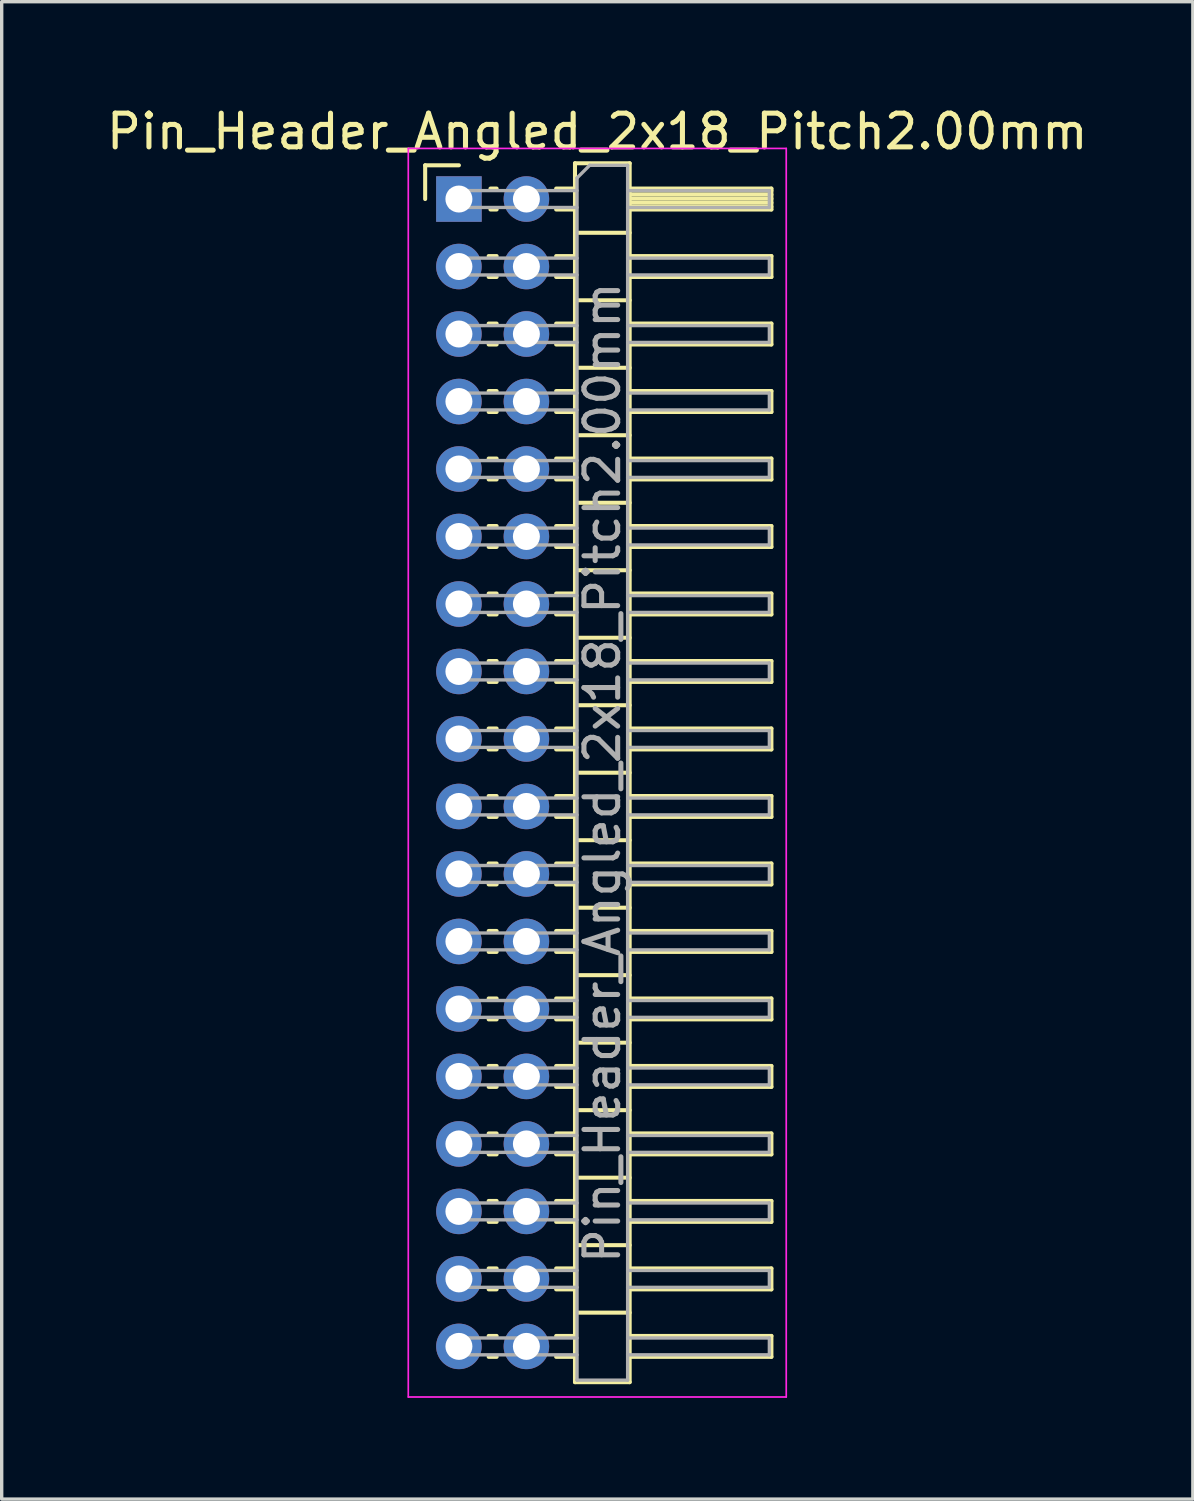
<source format=kicad_pcb>
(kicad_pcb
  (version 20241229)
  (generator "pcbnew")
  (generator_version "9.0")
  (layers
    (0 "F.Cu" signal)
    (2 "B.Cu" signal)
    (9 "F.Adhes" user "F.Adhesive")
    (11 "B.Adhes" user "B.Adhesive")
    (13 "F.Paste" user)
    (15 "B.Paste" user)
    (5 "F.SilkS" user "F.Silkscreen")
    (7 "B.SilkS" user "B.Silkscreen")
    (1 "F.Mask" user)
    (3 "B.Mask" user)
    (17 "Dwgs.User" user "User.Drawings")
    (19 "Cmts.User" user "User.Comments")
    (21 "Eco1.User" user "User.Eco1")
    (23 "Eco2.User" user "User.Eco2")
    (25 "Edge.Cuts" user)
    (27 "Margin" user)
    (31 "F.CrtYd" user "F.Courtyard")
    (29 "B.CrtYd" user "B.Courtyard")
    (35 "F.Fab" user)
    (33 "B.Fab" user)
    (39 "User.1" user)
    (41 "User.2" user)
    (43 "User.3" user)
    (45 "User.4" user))
  (footprint "Pin_Header_Angled_2x18_Pitch2.00mm"
    (layer "F.Cu")
    (at 10.549 2.848)
    (property "Reference" "Pin_Header_Angled_2x18_Pitch2.00mm" (at 4.1 -2 0) (layer "F.SilkS") (effects (font (size 1 1) (thickness 0.15))))
    (attr through_hole)
    (fp_line (start -1 -1) (end 0 -1) (stroke (width 0.12) (type solid)) (layer "F.SilkS"))
    (fp_line (start -1 0) (end -1 -1) (stroke (width 0.12) (type solid)) (layer "F.SilkS"))
    (fp_line (start 0.882 1.69) (end 1.118 1.69) (stroke (width 0.12) (type solid)) (layer "F.SilkS"))
    (fp_line (start 0.882 2.31) (end 1.118 2.31) (stroke (width 0.12) (type solid)) (layer "F.SilkS"))
    (fp_line (start 0.882 3.69) (end 1.118 3.69) (stroke (width 0.12) (type solid)) (layer "F.SilkS"))
    (fp_line (start 0.882 4.31) (end 1.118 4.31) (stroke (width 0.12) (type solid)) (layer "F.SilkS"))
    (fp_line (start 0.882 5.69) (end 1.118 5.69) (stroke (width 0.12) (type solid)) (layer "F.SilkS"))
    (fp_line (start 0.882 6.31) (end 1.118 6.31) (stroke (width 0.12) (type solid)) (layer "F.SilkS"))
    (fp_line (start 0.882 7.69) (end 1.118 7.69) (stroke (width 0.12) (type solid)) (layer "F.SilkS"))
    (fp_line (start 0.882 8.31) (end 1.118 8.31) (stroke (width 0.12) (type solid)) (layer "F.SilkS"))
    (fp_line (start 0.882 9.69) (end 1.118 9.69) (stroke (width 0.12) (type solid)) (layer "F.SilkS"))
    (fp_line (start 0.882 10.31) (end 1.118 10.31) (stroke (width 0.12) (type solid)) (layer "F.SilkS"))
    (fp_line (start 0.882 11.69) (end 1.118 11.69) (stroke (width 0.12) (type solid)) (layer "F.SilkS"))
    (fp_line (start 0.882 12.31) (end 1.118 12.31) (stroke (width 0.12) (type solid)) (layer "F.SilkS"))
    (fp_line (start 0.882 13.69) (end 1.118 13.69) (stroke (width 0.12) (type solid)) (layer "F.SilkS"))
    (fp_line (start 0.882 14.31) (end 1.118 14.31) (stroke (width 0.12) (type solid)) (layer "F.SilkS"))
    (fp_line (start 0.882 15.69) (end 1.118 15.69) (stroke (width 0.12) (type solid)) (layer "F.SilkS"))
    (fp_line (start 0.882 16.31) (end 1.118 16.31) (stroke (width 0.12) (type solid)) (layer "F.SilkS"))
    (fp_line (start 0.882 17.69) (end 1.118 17.69) (stroke (width 0.12) (type solid)) (layer "F.SilkS"))
    (fp_line (start 0.882 18.31) (end 1.118 18.31) (stroke (width 0.12) (type solid)) (layer "F.SilkS"))
    (fp_line (start 0.882 19.69) (end 1.118 19.69) (stroke (width 0.12) (type solid)) (layer "F.SilkS"))
    (fp_line (start 0.882 20.31) (end 1.118 20.31) (stroke (width 0.12) (type solid)) (layer "F.SilkS"))
    (fp_line (start 0.882 21.69) (end 1.118 21.69) (stroke (width 0.12) (type solid)) (layer "F.SilkS"))
    (fp_line (start 0.882 22.31) (end 1.118 22.31) (stroke (width 0.12) (type solid)) (layer "F.SilkS"))
    (fp_line (start 0.882 23.69) (end 1.118 23.69) (stroke (width 0.12) (type solid)) (layer "F.SilkS"))
    (fp_line (start 0.882 24.31) (end 1.118 24.31) (stroke (width 0.12) (type solid)) (layer "F.SilkS"))
    (fp_line (start 0.882 25.69) (end 1.118 25.69) (stroke (width 0.12) (type solid)) (layer "F.SilkS"))
    (fp_line (start 0.882 26.31) (end 1.118 26.31) (stroke (width 0.12) (type solid)) (layer "F.SilkS"))
    (fp_line (start 0.882 27.69) (end 1.118 27.69) (stroke (width 0.12) (type solid)) (layer "F.SilkS"))
    (fp_line (start 0.882 28.31) (end 1.118 28.31) (stroke (width 0.12) (type solid)) (layer "F.SilkS"))
    (fp_line (start 0.882 29.69) (end 1.118 29.69) (stroke (width 0.12) (type solid)) (layer "F.SilkS"))
    (fp_line (start 0.882 30.31) (end 1.118 30.31) (stroke (width 0.12) (type solid)) (layer "F.SilkS"))
    (fp_line (start 0.882 31.69) (end 1.118 31.69) (stroke (width 0.12) (type solid)) (layer "F.SilkS"))
    (fp_line (start 0.882 32.31) (end 1.118 32.31) (stroke (width 0.12) (type solid)) (layer "F.SilkS"))
    (fp_line (start 0.882 33.69) (end 1.118 33.69) (stroke (width 0.12) (type solid)) (layer "F.SilkS"))
    (fp_line (start 0.882 34.31) (end 1.118 34.31) (stroke (width 0.12) (type solid)) (layer "F.SilkS"))
    (fp_line (start 0.935 -0.31) (end 1.118 -0.31) (stroke (width 0.12) (type solid)) (layer "F.SilkS"))
    (fp_line (start 0.935 0.31) (end 1.118 0.31) (stroke (width 0.12) (type solid)) (layer "F.SilkS"))
    (fp_line (start 2.882 -0.31) (end 3.44 -0.31) (stroke (width 0.12) (type solid)) (layer "F.SilkS"))
    (fp_line (start 2.882 0.31) (end 3.44 0.31) (stroke (width 0.12) (type solid)) (layer "F.SilkS"))
    (fp_line (start 2.882 1.69) (end 3.44 1.69) (stroke (width 0.12) (type solid)) (layer "F.SilkS"))
    (fp_line (start 2.882 2.31) (end 3.44 2.31) (stroke (width 0.12) (type solid)) (layer "F.SilkS"))
    (fp_line (start 2.882 3.69) (end 3.44 3.69) (stroke (width 0.12) (type solid)) (layer "F.SilkS"))
    (fp_line (start 2.882 4.31) (end 3.44 4.31) (stroke (width 0.12) (type solid)) (layer "F.SilkS"))
    (fp_line (start 2.882 5.69) (end 3.44 5.69) (stroke (width 0.12) (type solid)) (layer "F.SilkS"))
    (fp_line (start 2.882 6.31) (end 3.44 6.31) (stroke (width 0.12) (type solid)) (layer "F.SilkS"))
    (fp_line (start 2.882 7.69) (end 3.44 7.69) (stroke (width 0.12) (type solid)) (layer "F.SilkS"))
    (fp_line (start 2.882 8.31) (end 3.44 8.31) (stroke (width 0.12) (type solid)) (layer "F.SilkS"))
    (fp_line (start 2.882 9.69) (end 3.44 9.69) (stroke (width 0.12) (type solid)) (layer "F.SilkS"))
    (fp_line (start 2.882 10.31) (end 3.44 10.31) (stroke (width 0.12) (type solid)) (layer "F.SilkS"))
    (fp_line (start 2.882 11.69) (end 3.44 11.69) (stroke (width 0.12) (type solid)) (layer "F.SilkS"))
    (fp_line (start 2.882 12.31) (end 3.44 12.31) (stroke (width 0.12) (type solid)) (layer "F.SilkS"))
    (fp_line (start 2.882 13.69) (end 3.44 13.69) (stroke (width 0.12) (type solid)) (layer "F.SilkS"))
    (fp_line (start 2.882 14.31) (end 3.44 14.31) (stroke (width 0.12) (type solid)) (layer "F.SilkS"))
    (fp_line (start 2.882 15.69) (end 3.44 15.69) (stroke (width 0.12) (type solid)) (layer "F.SilkS"))
    (fp_line (start 2.882 16.31) (end 3.44 16.31) (stroke (width 0.12) (type solid)) (layer "F.SilkS"))
    (fp_line (start 2.882 17.69) (end 3.44 17.69) (stroke (width 0.12) (type solid)) (layer "F.SilkS"))
    (fp_line (start 2.882 18.31) (end 3.44 18.31) (stroke (width 0.12) (type solid)) (layer "F.SilkS"))
    (fp_line (start 2.882 19.69) (end 3.44 19.69) (stroke (width 0.12) (type solid)) (layer "F.SilkS"))
    (fp_line (start 2.882 20.31) (end 3.44 20.31) (stroke (width 0.12) (type solid)) (layer "F.SilkS"))
    (fp_line (start 2.882 21.69) (end 3.44 21.69) (stroke (width 0.12) (type solid)) (layer "F.SilkS"))
    (fp_line (start 2.882 22.31) (end 3.44 22.31) (stroke (width 0.12) (type solid)) (layer "F.SilkS"))
    (fp_line (start 2.882 23.69) (end 3.44 23.69) (stroke (width 0.12) (type solid)) (layer "F.SilkS"))
    (fp_line (start 2.882 24.31) (end 3.44 24.31) (stroke (width 0.12) (type solid)) (layer "F.SilkS"))
    (fp_line (start 2.882 25.69) (end 3.44 25.69) (stroke (width 0.12) (type solid)) (layer "F.SilkS"))
    (fp_line (start 2.882 26.31) (end 3.44 26.31) (stroke (width 0.12) (type solid)) (layer "F.SilkS"))
    (fp_line (start 2.882 27.69) (end 3.44 27.69) (stroke (width 0.12) (type solid)) (layer "F.SilkS"))
    (fp_line (start 2.882 28.31) (end 3.44 28.31) (stroke (width 0.12) (type solid)) (layer "F.SilkS"))
    (fp_line (start 2.882 29.69) (end 3.44 29.69) (stroke (width 0.12) (type solid)) (layer "F.SilkS"))
    (fp_line (start 2.882 30.31) (end 3.44 30.31) (stroke (width 0.12) (type solid)) (layer "F.SilkS"))
    (fp_line (start 2.882 31.69) (end 3.44 31.69) (stroke (width 0.12) (type solid)) (layer "F.SilkS"))
    (fp_line (start 2.882 32.31) (end 3.44 32.31) (stroke (width 0.12) (type solid)) (layer "F.SilkS"))
    (fp_line (start 2.882 33.69) (end 3.44 33.69) (stroke (width 0.12) (type solid)) (layer "F.SilkS"))
    (fp_line (start 2.882 34.31) (end 3.44 34.31) (stroke (width 0.12) (type solid)) (layer "F.SilkS"))
    (fp_line (start 3.44 -1.06) (end 3.44 35.06) (stroke (width 0.12) (type solid)) (layer "F.SilkS"))
    (fp_line (start 3.44 1) (end 5.06 1) (stroke (width 0.12) (type solid)) (layer "F.SilkS"))
    (fp_line (start 3.44 3) (end 5.06 3) (stroke (width 0.12) (type solid)) (layer "F.SilkS"))
    (fp_line (start 3.44 5) (end 5.06 5) (stroke (width 0.12) (type solid)) (layer "F.SilkS"))
    (fp_line (start 3.44 7) (end 5.06 7) (stroke (width 0.12) (type solid)) (layer "F.SilkS"))
    (fp_line (start 3.44 9) (end 5.06 9) (stroke (width 0.12) (type solid)) (layer "F.SilkS"))
    (fp_line (start 3.44 11) (end 5.06 11) (stroke (width 0.12) (type solid)) (layer "F.SilkS"))
    (fp_line (start 3.44 13) (end 5.06 13) (stroke (width 0.12) (type solid)) (layer "F.SilkS"))
    (fp_line (start 3.44 15) (end 5.06 15) (stroke (width 0.12) (type solid)) (layer "F.SilkS"))
    (fp_line (start 3.44 17) (end 5.06 17) (stroke (width 0.12) (type solid)) (layer "F.SilkS"))
    (fp_line (start 3.44 19) (end 5.06 19) (stroke (width 0.12) (type solid)) (layer "F.SilkS"))
    (fp_line (start 3.44 21) (end 5.06 21) (stroke (width 0.12) (type solid)) (layer "F.SilkS"))
    (fp_line (start 3.44 23) (end 5.06 23) (stroke (width 0.12) (type solid)) (layer "F.SilkS"))
    (fp_line (start 3.44 25) (end 5.06 25) (stroke (width 0.12) (type solid)) (layer "F.SilkS"))
    (fp_line (start 3.44 27) (end 5.06 27) (stroke (width 0.12) (type solid)) (layer "F.SilkS"))
    (fp_line (start 3.44 29) (end 5.06 29) (stroke (width 0.12) (type solid)) (layer "F.SilkS"))
    (fp_line (start 3.44 31) (end 5.06 31) (stroke (width 0.12) (type solid)) (layer "F.SilkS"))
    (fp_line (start 3.44 33) (end 5.06 33) (stroke (width 0.12) (type solid)) (layer "F.SilkS"))
    (fp_line (start 3.44 35.06) (end 5.06 35.06) (stroke (width 0.12) (type solid)) (layer "F.SilkS"))
    (fp_line (start 5.06 -1.06) (end 3.44 -1.06) (stroke (width 0.12) (type solid)) (layer "F.SilkS"))
    (fp_line (start 5.06 -0.31) (end 9.26 -0.31) (stroke (width 0.12) (type solid)) (layer "F.SilkS"))
    (fp_line (start 5.06 -0.25) (end 9.26 -0.25) (stroke (width 0.12) (type solid)) (layer "F.SilkS"))
    (fp_line (start 5.06 -0.13) (end 9.26 -0.13) (stroke (width 0.12) (type solid)) (layer "F.SilkS"))
    (fp_line (start 5.06 -0.01) (end 9.26 -0.01) (stroke (width 0.12) (type solid)) (layer "F.SilkS"))
    (fp_line (start 5.06 0.11) (end 9.26 0.11) (stroke (width 0.12) (type solid)) (layer "F.SilkS"))
    (fp_line (start 5.06 0.23) (end 9.26 0.23) (stroke (width 0.12) (type solid)) (layer "F.SilkS"))
    (fp_line (start 5.06 1.69) (end 9.26 1.69) (stroke (width 0.12) (type solid)) (layer "F.SilkS"))
    (fp_line (start 5.06 3.69) (end 9.26 3.69) (stroke (width 0.12) (type solid)) (layer "F.SilkS"))
    (fp_line (start 5.06 5.69) (end 9.26 5.69) (stroke (width 0.12) (type solid)) (layer "F.SilkS"))
    (fp_line (start 5.06 7.69) (end 9.26 7.69) (stroke (width 0.12) (type solid)) (layer "F.SilkS"))
    (fp_line (start 5.06 9.69) (end 9.26 9.69) (stroke (width 0.12) (type solid)) (layer "F.SilkS"))
    (fp_line (start 5.06 11.69) (end 9.26 11.69) (stroke (width 0.12) (type solid)) (layer "F.SilkS"))
    (fp_line (start 5.06 13.69) (end 9.26 13.69) (stroke (width 0.12) (type solid)) (layer "F.SilkS"))
    (fp_line (start 5.06 15.69) (end 9.26 15.69) (stroke (width 0.12) (type solid)) (layer "F.SilkS"))
    (fp_line (start 5.06 17.69) (end 9.26 17.69) (stroke (width 0.12) (type solid)) (layer "F.SilkS"))
    (fp_line (start 5.06 19.69) (end 9.26 19.69) (stroke (width 0.12) (type solid)) (layer "F.SilkS"))
    (fp_line (start 5.06 21.69) (end 9.26 21.69) (stroke (width 0.12) (type solid)) (layer "F.SilkS"))
    (fp_line (start 5.06 23.69) (end 9.26 23.69) (stroke (width 0.12) (type solid)) (layer "F.SilkS"))
    (fp_line (start 5.06 25.69) (end 9.26 25.69) (stroke (width 0.12) (type solid)) (layer "F.SilkS"))
    (fp_line (start 5.06 27.69) (end 9.26 27.69) (stroke (width 0.12) (type solid)) (layer "F.SilkS"))
    (fp_line (start 5.06 29.69) (end 9.26 29.69) (stroke (width 0.12) (type solid)) (layer "F.SilkS"))
    (fp_line (start 5.06 31.69) (end 9.26 31.69) (stroke (width 0.12) (type solid)) (layer "F.SilkS"))
    (fp_line (start 5.06 33.69) (end 9.26 33.69) (stroke (width 0.12) (type solid)) (layer "F.SilkS"))
    (fp_line (start 5.06 35.06) (end 5.06 -1.06) (stroke (width 0.12) (type solid)) (layer "F.SilkS"))
    (fp_line (start 9.26 -0.31) (end 9.26 0.31) (stroke (width 0.12) (type solid)) (layer "F.SilkS"))
    (fp_line (start 9.26 0.31) (end 5.06 0.31) (stroke (width 0.12) (type solid)) (layer "F.SilkS"))
    (fp_line (start 9.26 1.69) (end 9.26 2.31) (stroke (width 0.12) (type solid)) (layer "F.SilkS"))
    (fp_line (start 9.26 2.31) (end 5.06 2.31) (stroke (width 0.12) (type solid)) (layer "F.SilkS"))
    (fp_line (start 9.26 3.69) (end 9.26 4.31) (stroke (width 0.12) (type solid)) (layer "F.SilkS"))
    (fp_line (start 9.26 4.31) (end 5.06 4.31) (stroke (width 0.12) (type solid)) (layer "F.SilkS"))
    (fp_line (start 9.26 5.69) (end 9.26 6.31) (stroke (width 0.12) (type solid)) (layer "F.SilkS"))
    (fp_line (start 9.26 6.31) (end 5.06 6.31) (stroke (width 0.12) (type solid)) (layer "F.SilkS"))
    (fp_line (start 9.26 7.69) (end 9.26 8.31) (stroke (width 0.12) (type solid)) (layer "F.SilkS"))
    (fp_line (start 9.26 8.31) (end 5.06 8.31) (stroke (width 0.12) (type solid)) (layer "F.SilkS"))
    (fp_line (start 9.26 9.69) (end 9.26 10.31) (stroke (width 0.12) (type solid)) (layer "F.SilkS"))
    (fp_line (start 9.26 10.31) (end 5.06 10.31) (stroke (width 0.12) (type solid)) (layer "F.SilkS"))
    (fp_line (start 9.26 11.69) (end 9.26 12.31) (stroke (width 0.12) (type solid)) (layer "F.SilkS"))
    (fp_line (start 9.26 12.31) (end 5.06 12.31) (stroke (width 0.12) (type solid)) (layer "F.SilkS"))
    (fp_line (start 9.26 13.69) (end 9.26 14.31) (stroke (width 0.12) (type solid)) (layer "F.SilkS"))
    (fp_line (start 9.26 14.31) (end 5.06 14.31) (stroke (width 0.12) (type solid)) (layer "F.SilkS"))
    (fp_line (start 9.26 15.69) (end 9.26 16.31) (stroke (width 0.12) (type solid)) (layer "F.SilkS"))
    (fp_line (start 9.26 16.31) (end 5.06 16.31) (stroke (width 0.12) (type solid)) (layer "F.SilkS"))
    (fp_line (start 9.26 17.69) (end 9.26 18.31) (stroke (width 0.12) (type solid)) (layer "F.SilkS"))
    (fp_line (start 9.26 18.31) (end 5.06 18.31) (stroke (width 0.12) (type solid)) (layer "F.SilkS"))
    (fp_line (start 9.26 19.69) (end 9.26 20.31) (stroke (width 0.12) (type solid)) (layer "F.SilkS"))
    (fp_line (start 9.26 20.31) (end 5.06 20.31) (stroke (width 0.12) (type solid)) (layer "F.SilkS"))
    (fp_line (start 9.26 21.69) (end 9.26 22.31) (stroke (width 0.12) (type solid)) (layer "F.SilkS"))
    (fp_line (start 9.26 22.31) (end 5.06 22.31) (stroke (width 0.12) (type solid)) (layer "F.SilkS"))
    (fp_line (start 9.26 23.69) (end 9.26 24.31) (stroke (width 0.12) (type solid)) (layer "F.SilkS"))
    (fp_line (start 9.26 24.31) (end 5.06 24.31) (stroke (width 0.12) (type solid)) (layer "F.SilkS"))
    (fp_line (start 9.26 25.69) (end 9.26 26.31) (stroke (width 0.12) (type solid)) (layer "F.SilkS"))
    (fp_line (start 9.26 26.31) (end 5.06 26.31) (stroke (width 0.12) (type solid)) (layer "F.SilkS"))
    (fp_line (start 9.26 27.69) (end 9.26 28.31) (stroke (width 0.12) (type solid)) (layer "F.SilkS"))
    (fp_line (start 9.26 28.31) (end 5.06 28.31) (stroke (width 0.12) (type solid)) (layer "F.SilkS"))
    (fp_line (start 9.26 29.69) (end 9.26 30.31) (stroke (width 0.12) (type solid)) (layer "F.SilkS"))
    (fp_line (start 9.26 30.31) (end 5.06 30.31) (stroke (width 0.12) (type solid)) (layer "F.SilkS"))
    (fp_line (start 9.26 31.69) (end 9.26 32.31) (stroke (width 0.12) (type solid)) (layer "F.SilkS"))
    (fp_line (start 9.26 32.31) (end 5.06 32.31) (stroke (width 0.12) (type solid)) (layer "F.SilkS"))
    (fp_line (start 9.26 33.69) (end 9.26 34.31) (stroke (width 0.12) (type solid)) (layer "F.SilkS"))
    (fp_line (start 9.26 34.31) (end 5.06 34.31) (stroke (width 0.12) (type solid)) (layer "F.SilkS"))
    (fp_line (start -1.5 -1.5) (end -1.5 35.5) (stroke (width 0.05) (type solid)) (layer "F.CrtYd"))
    (fp_line (start -1.5 35.5) (end 9.7 35.5) (stroke (width 0.05) (type solid)) (layer "F.CrtYd"))
    (fp_line (start 9.7 -1.5) (end -1.5 -1.5) (stroke (width 0.05) (type solid)) (layer "F.CrtYd"))
    (fp_line (start 9.7 35.5) (end 9.7 -1.5) (stroke (width 0.05) (type solid)) (layer "F.CrtYd"))
    (fp_line (start -0.25 -0.25) (end -0.25 0.25) (stroke (width 0.1) (type solid)) (layer "F.Fab"))
    (fp_line (start -0.25 -0.25) (end 3.5 -0.25) (stroke (width 0.1) (type solid)) (layer "F.Fab"))
    (fp_line (start -0.25 0.25) (end 3.5 0.25) (stroke (width 0.1) (type solid)) (layer "F.Fab"))
    (fp_line (start -0.25 1.75) (end -0.25 2.25) (stroke (width 0.1) (type solid)) (layer "F.Fab"))
    (fp_line (start -0.25 1.75) (end 3.5 1.75) (stroke (width 0.1) (type solid)) (layer "F.Fab"))
    (fp_line (start -0.25 2.25) (end 3.5 2.25) (stroke (width 0.1) (type solid)) (layer "F.Fab"))
    (fp_line (start -0.25 3.75) (end -0.25 4.25) (stroke (width 0.1) (type solid)) (layer "F.Fab"))
    (fp_line (start -0.25 3.75) (end 3.5 3.75) (stroke (width 0.1) (type solid)) (layer "F.Fab"))
    (fp_line (start -0.25 4.25) (end 3.5 4.25) (stroke (width 0.1) (type solid)) (layer "F.Fab"))
    (fp_line (start -0.25 5.75) (end -0.25 6.25) (stroke (width 0.1) (type solid)) (layer "F.Fab"))
    (fp_line (start -0.25 5.75) (end 3.5 5.75) (stroke (width 0.1) (type solid)) (layer "F.Fab"))
    (fp_line (start -0.25 6.25) (end 3.5 6.25) (stroke (width 0.1) (type solid)) (layer "F.Fab"))
    (fp_line (start -0.25 7.75) (end -0.25 8.25) (stroke (width 0.1) (type solid)) (layer "F.Fab"))
    (fp_line (start -0.25 7.75) (end 3.5 7.75) (stroke (width 0.1) (type solid)) (layer "F.Fab"))
    (fp_line (start -0.25 8.25) (end 3.5 8.25) (stroke (width 0.1) (type solid)) (layer "F.Fab"))
    (fp_line (start -0.25 9.75) (end -0.25 10.25) (stroke (width 0.1) (type solid)) (layer "F.Fab"))
    (fp_line (start -0.25 9.75) (end 3.5 9.75) (stroke (width 0.1) (type solid)) (layer "F.Fab"))
    (fp_line (start -0.25 10.25) (end 3.5 10.25) (stroke (width 0.1) (type solid)) (layer "F.Fab"))
    (fp_line (start -0.25 11.75) (end -0.25 12.25) (stroke (width 0.1) (type solid)) (layer "F.Fab"))
    (fp_line (start -0.25 11.75) (end 3.5 11.75) (stroke (width 0.1) (type solid)) (layer "F.Fab"))
    (fp_line (start -0.25 12.25) (end 3.5 12.25) (stroke (width 0.1) (type solid)) (layer "F.Fab"))
    (fp_line (start -0.25 13.75) (end -0.25 14.25) (stroke (width 0.1) (type solid)) (layer "F.Fab"))
    (fp_line (start -0.25 13.75) (end 3.5 13.75) (stroke (width 0.1) (type solid)) (layer "F.Fab"))
    (fp_line (start -0.25 14.25) (end 3.5 14.25) (stroke (width 0.1) (type solid)) (layer "F.Fab"))
    (fp_line (start -0.25 15.75) (end -0.25 16.25) (stroke (width 0.1) (type solid)) (layer "F.Fab"))
    (fp_line (start -0.25 15.75) (end 3.5 15.75) (stroke (width 0.1) (type solid)) (layer "F.Fab"))
    (fp_line (start -0.25 16.25) (end 3.5 16.25) (stroke (width 0.1) (type solid)) (layer "F.Fab"))
    (fp_line (start -0.25 17.75) (end -0.25 18.25) (stroke (width 0.1) (type solid)) (layer "F.Fab"))
    (fp_line (start -0.25 17.75) (end 3.5 17.75) (stroke (width 0.1) (type solid)) (layer "F.Fab"))
    (fp_line (start -0.25 18.25) (end 3.5 18.25) (stroke (width 0.1) (type solid)) (layer "F.Fab"))
    (fp_line (start -0.25 19.75) (end -0.25 20.25) (stroke (width 0.1) (type solid)) (layer "F.Fab"))
    (fp_line (start -0.25 19.75) (end 3.5 19.75) (stroke (width 0.1) (type solid)) (layer "F.Fab"))
    (fp_line (start -0.25 20.25) (end 3.5 20.25) (stroke (width 0.1) (type solid)) (layer "F.Fab"))
    (fp_line (start -0.25 21.75) (end -0.25 22.25) (stroke (width 0.1) (type solid)) (layer "F.Fab"))
    (fp_line (start -0.25 21.75) (end 3.5 21.75) (stroke (width 0.1) (type solid)) (layer "F.Fab"))
    (fp_line (start -0.25 22.25) (end 3.5 22.25) (stroke (width 0.1) (type solid)) (layer "F.Fab"))
    (fp_line (start -0.25 23.75) (end -0.25 24.25) (stroke (width 0.1) (type solid)) (layer "F.Fab"))
    (fp_line (start -0.25 23.75) (end 3.5 23.75) (stroke (width 0.1) (type solid)) (layer "F.Fab"))
    (fp_line (start -0.25 24.25) (end 3.5 24.25) (stroke (width 0.1) (type solid)) (layer "F.Fab"))
    (fp_line (start -0.25 25.75) (end -0.25 26.25) (stroke (width 0.1) (type solid)) (layer "F.Fab"))
    (fp_line (start -0.25 25.75) (end 3.5 25.75) (stroke (width 0.1) (type solid)) (layer "F.Fab"))
    (fp_line (start -0.25 26.25) (end 3.5 26.25) (stroke (width 0.1) (type solid)) (layer "F.Fab"))
    (fp_line (start -0.25 27.75) (end -0.25 28.25) (stroke (width 0.1) (type solid)) (layer "F.Fab"))
    (fp_line (start -0.25 27.75) (end 3.5 27.75) (stroke (width 0.1) (type solid)) (layer "F.Fab"))
    (fp_line (start -0.25 28.25) (end 3.5 28.25) (stroke (width 0.1) (type solid)) (layer "F.Fab"))
    (fp_line (start -0.25 29.75) (end -0.25 30.25) (stroke (width 0.1) (type solid)) (layer "F.Fab"))
    (fp_line (start -0.25 29.75) (end 3.5 29.75) (stroke (width 0.1) (type solid)) (layer "F.Fab"))
    (fp_line (start -0.25 30.25) (end 3.5 30.25) (stroke (width 0.1) (type solid)) (layer "F.Fab"))
    (fp_line (start -0.25 31.75) (end -0.25 32.25) (stroke (width 0.1) (type solid)) (layer "F.Fab"))
    (fp_line (start -0.25 31.75) (end 3.5 31.75) (stroke (width 0.1) (type solid)) (layer "F.Fab"))
    (fp_line (start -0.25 32.25) (end 3.5 32.25) (stroke (width 0.1) (type solid)) (layer "F.Fab"))
    (fp_line (start -0.25 33.75) (end -0.25 34.25) (stroke (width 0.1) (type solid)) (layer "F.Fab"))
    (fp_line (start -0.25 33.75) (end 3.5 33.75) (stroke (width 0.1) (type solid)) (layer "F.Fab"))
    (fp_line (start -0.25 34.25) (end 3.5 34.25) (stroke (width 0.1) (type solid)) (layer "F.Fab"))
    (fp_line (start 3.5 -0.625) (end 3.875 -1) (stroke (width 0.1) (type solid)) (layer "F.Fab"))
    (fp_line (start 3.5 35) (end 3.5 -0.625) (stroke (width 0.1) (type solid)) (layer "F.Fab"))
    (fp_line (start 3.875 -1) (end 5 -1) (stroke (width 0.1) (type solid)) (layer "F.Fab"))
    (fp_line (start 5 -1) (end 5 35) (stroke (width 0.1) (type solid)) (layer "F.Fab"))
    (fp_line (start 5 -0.25) (end 9.2 -0.25) (stroke (width 0.1) (type solid)) (layer "F.Fab"))
    (fp_line (start 5 0.25) (end 9.2 0.25) (stroke (width 0.1) (type solid)) (layer "F.Fab"))
    (fp_line (start 5 1.75) (end 9.2 1.75) (stroke (width 0.1) (type solid)) (layer "F.Fab"))
    (fp_line (start 5 2.25) (end 9.2 2.25) (stroke (width 0.1) (type solid)) (layer "F.Fab"))
    (fp_line (start 5 3.75) (end 9.2 3.75) (stroke (width 0.1) (type solid)) (layer "F.Fab"))
    (fp_line (start 5 4.25) (end 9.2 4.25) (stroke (width 0.1) (type solid)) (layer "F.Fab"))
    (fp_line (start 5 5.75) (end 9.2 5.75) (stroke (width 0.1) (type solid)) (layer "F.Fab"))
    (fp_line (start 5 6.25) (end 9.2 6.25) (stroke (width 0.1) (type solid)) (layer "F.Fab"))
    (fp_line (start 5 7.75) (end 9.2 7.75) (stroke (width 0.1) (type solid)) (layer "F.Fab"))
    (fp_line (start 5 8.25) (end 9.2 8.25) (stroke (width 0.1) (type solid)) (layer "F.Fab"))
    (fp_line (start 5 9.75) (end 9.2 9.75) (stroke (width 0.1) (type solid)) (layer "F.Fab"))
    (fp_line (start 5 10.25) (end 9.2 10.25) (stroke (width 0.1) (type solid)) (layer "F.Fab"))
    (fp_line (start 5 11.75) (end 9.2 11.75) (stroke (width 0.1) (type solid)) (layer "F.Fab"))
    (fp_line (start 5 12.25) (end 9.2 12.25) (stroke (width 0.1) (type solid)) (layer "F.Fab"))
    (fp_line (start 5 13.75) (end 9.2 13.75) (stroke (width 0.1) (type solid)) (layer "F.Fab"))
    (fp_line (start 5 14.25) (end 9.2 14.25) (stroke (width 0.1) (type solid)) (layer "F.Fab"))
    (fp_line (start 5 15.75) (end 9.2 15.75) (stroke (width 0.1) (type solid)) (layer "F.Fab"))
    (fp_line (start 5 16.25) (end 9.2 16.25) (stroke (width 0.1) (type solid)) (layer "F.Fab"))
    (fp_line (start 5 17.75) (end 9.2 17.75) (stroke (width 0.1) (type solid)) (layer "F.Fab"))
    (fp_line (start 5 18.25) (end 9.2 18.25) (stroke (width 0.1) (type solid)) (layer "F.Fab"))
    (fp_line (start 5 19.75) (end 9.2 19.75) (stroke (width 0.1) (type solid)) (layer "F.Fab"))
    (fp_line (start 5 20.25) (end 9.2 20.25) (stroke (width 0.1) (type solid)) (layer "F.Fab"))
    (fp_line (start 5 21.75) (end 9.2 21.75) (stroke (width 0.1) (type solid)) (layer "F.Fab"))
    (fp_line (start 5 22.25) (end 9.2 22.25) (stroke (width 0.1) (type solid)) (layer "F.Fab"))
    (fp_line (start 5 23.75) (end 9.2 23.75) (stroke (width 0.1) (type solid)) (layer "F.Fab"))
    (fp_line (start 5 24.25) (end 9.2 24.25) (stroke (width 0.1) (type solid)) (layer "F.Fab"))
    (fp_line (start 5 25.75) (end 9.2 25.75) (stroke (width 0.1) (type solid)) (layer "F.Fab"))
    (fp_line (start 5 26.25) (end 9.2 26.25) (stroke (width 0.1) (type solid)) (layer "F.Fab"))
    (fp_line (start 5 27.75) (end 9.2 27.75) (stroke (width 0.1) (type solid)) (layer "F.Fab"))
    (fp_line (start 5 28.25) (end 9.2 28.25) (stroke (width 0.1) (type solid)) (layer "F.Fab"))
    (fp_line (start 5 29.75) (end 9.2 29.75) (stroke (width 0.1) (type solid)) (layer "F.Fab"))
    (fp_line (start 5 30.25) (end 9.2 30.25) (stroke (width 0.1) (type solid)) (layer "F.Fab"))
    (fp_line (start 5 31.75) (end 9.2 31.75) (stroke (width 0.1) (type solid)) (layer "F.Fab"))
    (fp_line (start 5 32.25) (end 9.2 32.25) (stroke (width 0.1) (type solid)) (layer "F.Fab"))
    (fp_line (start 5 33.75) (end 9.2 33.75) (stroke (width 0.1) (type solid)) (layer "F.Fab"))
    (fp_line (start 5 34.25) (end 9.2 34.25) (stroke (width 0.1) (type solid)) (layer "F.Fab"))
    (fp_line (start 5 35) (end 3.5 35) (stroke (width 0.1) (type solid)) (layer "F.Fab"))
    (fp_line (start 9.2 -0.25) (end 9.2 0.25) (stroke (width 0.1) (type solid)) (layer "F.Fab"))
    (fp_line (start 9.2 1.75) (end 9.2 2.25) (stroke (width 0.1) (type solid)) (layer "F.Fab"))
    (fp_line (start 9.2 3.75) (end 9.2 4.25) (stroke (width 0.1) (type solid)) (layer "F.Fab"))
    (fp_line (start 9.2 5.75) (end 9.2 6.25) (stroke (width 0.1) (type solid)) (layer "F.Fab"))
    (fp_line (start 9.2 7.75) (end 9.2 8.25) (stroke (width 0.1) (type solid)) (layer "F.Fab"))
    (fp_line (start 9.2 9.75) (end 9.2 10.25) (stroke (width 0.1) (type solid)) (layer "F.Fab"))
    (fp_line (start 9.2 11.75) (end 9.2 12.25) (stroke (width 0.1) (type solid)) (layer "F.Fab"))
    (fp_line (start 9.2 13.75) (end 9.2 14.25) (stroke (width 0.1) (type solid)) (layer "F.Fab"))
    (fp_line (start 9.2 15.75) (end 9.2 16.25) (stroke (width 0.1) (type solid)) (layer "F.Fab"))
    (fp_line (start 9.2 17.75) (end 9.2 18.25) (stroke (width 0.1) (type solid)) (layer "F.Fab"))
    (fp_line (start 9.2 19.75) (end 9.2 20.25) (stroke (width 0.1) (type solid)) (layer "F.Fab"))
    (fp_line (start 9.2 21.75) (end 9.2 22.25) (stroke (width 0.1) (type solid)) (layer "F.Fab"))
    (fp_line (start 9.2 23.75) (end 9.2 24.25) (stroke (width 0.1) (type solid)) (layer "F.Fab"))
    (fp_line (start 9.2 25.75) (end 9.2 26.25) (stroke (width 0.1) (type solid)) (layer "F.Fab"))
    (fp_line (start 9.2 27.75) (end 9.2 28.25) (stroke (width 0.1) (type solid)) (layer "F.Fab"))
    (fp_line (start 9.2 29.75) (end 9.2 30.25) (stroke (width 0.1) (type solid)) (layer "F.Fab"))
    (fp_line (start 9.2 31.75) (end 9.2 32.25) (stroke (width 0.1) (type solid)) (layer "F.Fab"))
    (fp_line (start 9.2 33.75) (end 9.2 34.25) (stroke (width 0.1) (type solid)) (layer "F.Fab"))
    (fp_text user "${REFERENCE}" (at 4.25 17 90) (layer "F.Fab") (effects (font (size 1 1) (thickness 0.15))))
    (pad "1" thru_hole rect (at 0 0) (size 1.35 1.35) (drill 0.8) (layers "*.Cu" "*.Mask"))
    (pad "2" thru_hole oval (at 2 0) (size 1.35 1.35) (drill 0.8) (layers "*.Cu" "*.Mask"))
    (pad "3" thru_hole oval (at 0 2) (size 1.35 1.35) (drill 0.8) (layers "*.Cu" "*.Mask"))
    (pad "4" thru_hole oval (at 2 2) (size 1.35 1.35) (drill 0.8) (layers "*.Cu" "*.Mask"))
    (pad "5" thru_hole oval (at 0 4) (size 1.35 1.35) (drill 0.8) (layers "*.Cu" "*.Mask"))
    (pad "6" thru_hole oval (at 2 4) (size 1.35 1.35) (drill 0.8) (layers "*.Cu" "*.Mask"))
    (pad "7" thru_hole oval (at 0 6) (size 1.35 1.35) (drill 0.8) (layers "*.Cu" "*.Mask"))
    (pad "8" thru_hole oval (at 2 6) (size 1.35 1.35) (drill 0.8) (layers "*.Cu" "*.Mask"))
    (pad "9" thru_hole oval (at 0 8) (size 1.35 1.35) (drill 0.8) (layers "*.Cu" "*.Mask"))
    (pad "10" thru_hole oval (at 2 8) (size 1.35 1.35) (drill 0.8) (layers "*.Cu" "*.Mask"))
    (pad "11" thru_hole oval (at 0 10) (size 1.35 1.35) (drill 0.8) (layers "*.Cu" "*.Mask"))
    (pad "12" thru_hole oval (at 2 10) (size 1.35 1.35) (drill 0.8) (layers "*.Cu" "*.Mask"))
    (pad "13" thru_hole oval (at 0 12) (size 1.35 1.35) (drill 0.8) (layers "*.Cu" "*.Mask"))
    (pad "14" thru_hole oval (at 2 12) (size 1.35 1.35) (drill 0.8) (layers "*.Cu" "*.Mask"))
    (pad "15" thru_hole oval (at 0 14) (size 1.35 1.35) (drill 0.8) (layers "*.Cu" "*.Mask"))
    (pad "16" thru_hole oval (at 2 14) (size 1.35 1.35) (drill 0.8) (layers "*.Cu" "*.Mask"))
    (pad "17" thru_hole oval (at 0 16) (size 1.35 1.35) (drill 0.8) (layers "*.Cu" "*.Mask"))
    (pad "18" thru_hole oval (at 2 16) (size 1.35 1.35) (drill 0.8) (layers "*.Cu" "*.Mask"))
    (pad "19" thru_hole oval (at 0 18) (size 1.35 1.35) (drill 0.8) (layers "*.Cu" "*.Mask"))
    (pad "20" thru_hole oval (at 2 18) (size 1.35 1.35) (drill 0.8) (layers "*.Cu" "*.Mask"))
    (pad "21" thru_hole oval (at 0 20) (size 1.35 1.35) (drill 0.8) (layers "*.Cu" "*.Mask"))
    (pad "22" thru_hole oval (at 2 20) (size 1.35 1.35) (drill 0.8) (layers "*.Cu" "*.Mask"))
    (pad "23" thru_hole oval (at 0 22) (size 1.35 1.35) (drill 0.8) (layers "*.Cu" "*.Mask"))
    (pad "24" thru_hole oval (at 2 22) (size 1.35 1.35) (drill 0.8) (layers "*.Cu" "*.Mask"))
    (pad "25" thru_hole oval (at 0 24) (size 1.35 1.35) (drill 0.8) (layers "*.Cu" "*.Mask"))
    (pad "26" thru_hole oval (at 2 24) (size 1.35 1.35) (drill 0.8) (layers "*.Cu" "*.Mask"))
    (pad "27" thru_hole oval (at 0 26) (size 1.35 1.35) (drill 0.8) (layers "*.Cu" "*.Mask"))
    (pad "28" thru_hole oval (at 2 26) (size 1.35 1.35) (drill 0.8) (layers "*.Cu" "*.Mask"))
    (pad "29" thru_hole oval (at 0 28) (size 1.35 1.35) (drill 0.8) (layers "*.Cu" "*.Mask"))
    (pad "30" thru_hole oval (at 2 28) (size 1.35 1.35) (drill 0.8) (layers "*.Cu" "*.Mask"))
    (pad "31" thru_hole oval (at 0 30) (size 1.35 1.35) (drill 0.8) (layers "*.Cu" "*.Mask"))
    (pad "32" thru_hole oval (at 2 30) (size 1.35 1.35) (drill 0.8) (layers "*.Cu" "*.Mask"))
    (pad "33" thru_hole oval (at 0 32) (size 1.35 1.35) (drill 0.8) (layers "*.Cu" "*.Mask"))
    (pad "34" thru_hole oval (at 2 32) (size 1.35 1.35) (drill 0.8) (layers "*.Cu" "*.Mask"))
    (pad "35" thru_hole oval (at 0 34) (size 1.35 1.35) (drill 0.8) (layers "*.Cu" "*.Mask"))
    (pad "36" thru_hole oval (at 2 34) (size 1.35 1.35) (drill 0.8) (layers "*.Cu" "*.Mask")))
  (gr_rect
    (start -3 -3)
    (end 32.298 41.373)
    (stroke (width 0.1) (type default))
    (fill no)
    (layer "Edge.Cuts")))
</source>
